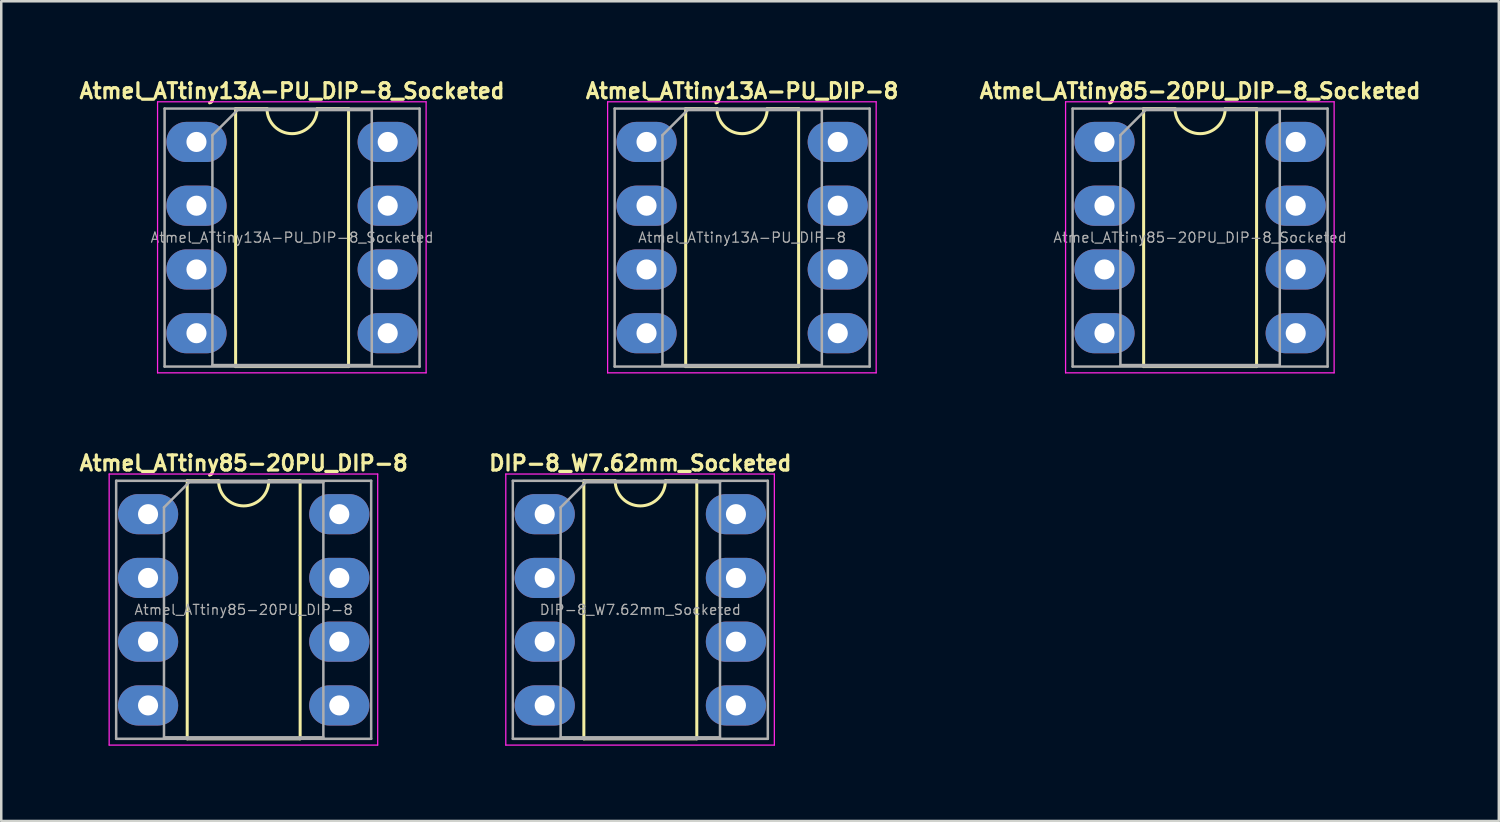
<source format=kicad_pcb>
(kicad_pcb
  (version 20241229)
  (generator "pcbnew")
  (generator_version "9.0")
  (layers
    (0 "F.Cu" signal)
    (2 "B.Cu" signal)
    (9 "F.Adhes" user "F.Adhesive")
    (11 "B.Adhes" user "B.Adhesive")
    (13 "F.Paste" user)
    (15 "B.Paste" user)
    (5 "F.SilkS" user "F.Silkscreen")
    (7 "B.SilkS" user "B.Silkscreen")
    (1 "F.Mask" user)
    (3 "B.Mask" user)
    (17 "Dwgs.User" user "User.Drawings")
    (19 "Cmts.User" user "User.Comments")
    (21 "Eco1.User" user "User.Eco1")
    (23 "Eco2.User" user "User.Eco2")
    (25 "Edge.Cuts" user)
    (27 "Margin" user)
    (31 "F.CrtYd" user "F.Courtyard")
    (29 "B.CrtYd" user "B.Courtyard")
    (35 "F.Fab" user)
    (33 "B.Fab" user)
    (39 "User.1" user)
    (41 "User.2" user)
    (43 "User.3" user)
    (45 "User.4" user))
  (footprint "Atmel_ATtiny85-20PU_DIP-8_Socketed"
    (layer "F.Cu")
    (at 44.767 6.416)
    (property "Reference" "Atmel_ATtiny85-20PU_DIP-8_Socketed" (at 0 -5.842 0) (layer "F.SilkS") (effects (font (size 0.6 0.6) (thickness 0.127))))
    (attr through_hole)
    (fp_line (start -2.25 -5.14) (end -2.25 5.14) (stroke (width 0.12) (type solid)) (layer "F.SilkS"))
    (fp_line (start -2.25 5.14) (end 2.25 5.14) (stroke (width 0.12) (type solid)) (layer "F.SilkS"))
    (fp_line (start -1 -5.14) (end -2.25 -5.14) (stroke (width 0.12) (type solid)) (layer "F.SilkS"))
    (fp_line (start 2.25 -5.14) (end 1 -5.14) (stroke (width 0.12) (type solid)) (layer "F.SilkS"))
    (fp_line (start 2.25 5.14) (end 2.25 -5.14) (stroke (width 0.12) (type solid)) (layer "F.SilkS"))
    (fp_arc (start 1 -5.14) (mid 0 -4.14) (end -1 -5.14) (stroke (width 0.12) (type solid)) (layer "F.SilkS"))
    (fp_line (start -5.36 -5.41) (end -5.36 5.39) (stroke (width 0.05) (type solid)) (layer "F.CrtYd"))
    (fp_line (start -5.36 5.39) (end 5.34 5.39) (stroke (width 0.05) (type solid)) (layer "F.CrtYd"))
    (fp_line (start 5.34 -5.41) (end -5.36 -5.41) (stroke (width 0.05) (type solid)) (layer "F.CrtYd"))
    (fp_line (start 5.34 5.39) (end 5.34 -5.41) (stroke (width 0.05) (type solid)) (layer "F.CrtYd"))
    (fp_line (start -5.08 -5.14) (end -5.08 5.14) (stroke (width 0.1) (type solid)) (layer "F.Fab"))
    (fp_line (start -5.08 5.14) (end 5.08 5.14) (stroke (width 0.1) (type solid)) (layer "F.Fab"))
    (fp_line (start -3.175 -4.08) (end -2.175 -5.08) (stroke (width 0.1) (type solid)) (layer "F.Fab"))
    (fp_line (start -3.175 5.08) (end -3.175 -4.08) (stroke (width 0.1) (type solid)) (layer "F.Fab"))
    (fp_line (start -2.175 -5.08) (end 3.175 -5.08) (stroke (width 0.1) (type solid)) (layer "F.Fab"))
    (fp_line (start 3.175 -5.08) (end 3.175 5.08) (stroke (width 0.1) (type solid)) (layer "F.Fab"))
    (fp_line (start 3.175 5.08) (end -3.175 5.08) (stroke (width 0.1) (type solid)) (layer "F.Fab"))
    (fp_line (start 5.08 -5.14) (end -5.08 -5.14) (stroke (width 0.1) (type solid)) (layer "F.Fab"))
    (fp_line (start 5.08 5.14) (end 5.08 -5.14) (stroke (width 0.1) (type solid)) (layer "F.Fab"))
    (fp_text user "${REFERENCE}" (at 0 0 0) (layer "F.Fab") (effects (font (size 0.4 0.4) (thickness 0.05))))
    (pad "1" thru_hole oval (at -3.81 -3.81) (size 2.4 1.6) (drill 0.8) (layers "*.Cu" "*.Mask"))
    (pad "2" thru_hole oval (at -3.81 -1.27) (size 2.4 1.6) (drill 0.8) (layers "*.Cu" "*.Mask"))
    (pad "3" thru_hole oval (at -3.81 1.27) (size 2.4 1.6) (drill 0.8) (layers "*.Cu" "*.Mask"))
    (pad "4" thru_hole oval (at -3.81 3.81) (size 2.4 1.6) (drill 0.8) (layers "*.Cu" "*.Mask"))
    (pad "5" thru_hole oval (at 3.81 3.81) (size 2.4 1.6) (drill 0.8) (layers "*.Cu" "*.Mask"))
    (pad "6" thru_hole oval (at 3.81 1.27) (size 2.4 1.6) (drill 0.8) (layers "*.Cu" "*.Mask"))
    (pad "7" thru_hole oval (at 3.81 -1.27) (size 2.4 1.6) (drill 0.8) (layers "*.Cu" "*.Mask"))
    (pad "8" thru_hole oval (at 3.81 -3.81) (size 2.4 1.6) (drill 0.8) (layers "*.Cu" "*.Mask")))
  (footprint "Atmel_ATtiny13A-PU_DIP-8"
    (layer "F.Cu")
    (at 26.52 6.416)
    (property "Reference" "Atmel_ATtiny13A-PU_DIP-8" (at 0 -5.842 0) (layer "F.SilkS") (effects (font (size 0.6 0.6) (thickness 0.127))))
    (attr through_hole)
    (fp_line (start -2.25 -5.14) (end -2.25 5.14) (stroke (width 0.12) (type solid)) (layer "F.SilkS"))
    (fp_line (start -2.25 5.14) (end 2.25 5.14) (stroke (width 0.12) (type solid)) (layer "F.SilkS"))
    (fp_line (start -1 -5.14) (end -2.25 -5.14) (stroke (width 0.12) (type solid)) (layer "F.SilkS"))
    (fp_line (start 2.25 -5.14) (end 1 -5.14) (stroke (width 0.12) (type solid)) (layer "F.SilkS"))
    (fp_line (start 2.25 5.14) (end 2.25 -5.14) (stroke (width 0.12) (type solid)) (layer "F.SilkS"))
    (fp_arc (start 1 -5.14) (mid 0 -4.14) (end -1 -5.14) (stroke (width 0.12) (type solid)) (layer "F.SilkS"))
    (fp_line (start -5.36 -5.41) (end -5.36 5.39) (stroke (width 0.05) (type solid)) (layer "F.CrtYd"))
    (fp_line (start -5.36 5.39) (end 5.34 5.39) (stroke (width 0.05) (type solid)) (layer "F.CrtYd"))
    (fp_line (start 5.34 -5.41) (end -5.36 -5.41) (stroke (width 0.05) (type solid)) (layer "F.CrtYd"))
    (fp_line (start 5.34 5.39) (end 5.34 -5.41) (stroke (width 0.05) (type solid)) (layer "F.CrtYd"))
    (fp_line (start -5.08 -5.14) (end -5.08 5.14) (stroke (width 0.1) (type solid)) (layer "F.Fab"))
    (fp_line (start -5.08 5.14) (end 5.08 5.14) (stroke (width 0.1) (type solid)) (layer "F.Fab"))
    (fp_line (start -3.175 -4.08) (end -2.175 -5.08) (stroke (width 0.1) (type solid)) (layer "F.Fab"))
    (fp_line (start -3.175 5.08) (end -3.175 -4.08) (stroke (width 0.1) (type solid)) (layer "F.Fab"))
    (fp_line (start -2.175 -5.08) (end 3.175 -5.08) (stroke (width 0.1) (type solid)) (layer "F.Fab"))
    (fp_line (start 3.175 -5.08) (end 3.175 5.08) (stroke (width 0.1) (type solid)) (layer "F.Fab"))
    (fp_line (start 3.175 5.08) (end -3.175 5.08) (stroke (width 0.1) (type solid)) (layer "F.Fab"))
    (fp_line (start 5.08 -5.14) (end -5.08 -5.14) (stroke (width 0.1) (type solid)) (layer "F.Fab"))
    (fp_line (start 5.08 5.14) (end 5.08 -5.14) (stroke (width 0.1) (type solid)) (layer "F.Fab"))
    (fp_text user "${REFERENCE}" (at 0 0 0) (layer "F.Fab") (effects (font (size 0.4 0.4) (thickness 0.05))))
    (pad "1" thru_hole oval (at -3.81 -3.81) (size 2.4 1.6) (drill 0.8) (layers "*.Cu" "*.Mask"))
    (pad "2" thru_hole oval (at -3.81 -1.27) (size 2.4 1.6) (drill 0.8) (layers "*.Cu" "*.Mask"))
    (pad "3" thru_hole oval (at -3.81 1.27) (size 2.4 1.6) (drill 0.8) (layers "*.Cu" "*.Mask"))
    (pad "4" thru_hole oval (at -3.81 3.81) (size 2.4 1.6) (drill 0.8) (layers "*.Cu" "*.Mask"))
    (pad "5" thru_hole oval (at 3.81 3.81) (size 2.4 1.6) (drill 0.8) (layers "*.Cu" "*.Mask"))
    (pad "6" thru_hole oval (at 3.81 1.27) (size 2.4 1.6) (drill 0.8) (layers "*.Cu" "*.Mask"))
    (pad "7" thru_hole oval (at 3.81 -1.27) (size 2.4 1.6) (drill 0.8) (layers "*.Cu" "*.Mask"))
    (pad "8" thru_hole oval (at 3.81 -3.81) (size 2.4 1.6) (drill 0.8) (layers "*.Cu" "*.Mask")))
  (footprint "DIP-8_W7.62mm_Socketed"
    (layer "F.Cu")
    (at 18.653 17.437)
    (property "Reference" "DIP-8_W7.62mm_Socketed" (at 3.81 -2.032 0) (layer "F.SilkS") (effects (font (size 0.6 0.6) (thickness 0.127))))
    (attr through_hole)
    (fp_line (start 1.56 -1.33) (end 1.56 8.95) (stroke (width 0.12) (type solid)) (layer "F.SilkS"))
    (fp_line (start 1.56 8.95) (end 6.06 8.95) (stroke (width 0.12) (type solid)) (layer "F.SilkS"))
    (fp_line (start 2.81 -1.33) (end 1.56 -1.33) (stroke (width 0.12) (type solid)) (layer "F.SilkS"))
    (fp_line (start 6.06 -1.33) (end 4.81 -1.33) (stroke (width 0.12) (type solid)) (layer "F.SilkS"))
    (fp_line (start 6.06 8.95) (end 6.06 -1.33) (stroke (width 0.12) (type solid)) (layer "F.SilkS"))
    (fp_arc (start 4.81 -1.33) (mid 3.81 -0.33) (end 2.81 -1.33) (stroke (width 0.12) (type solid)) (layer "F.SilkS"))
    (fp_line (start -1.55 -1.6) (end -1.55 9.2) (stroke (width 0.05) (type solid)) (layer "F.CrtYd"))
    (fp_line (start -1.55 9.2) (end 9.15 9.2) (stroke (width 0.05) (type solid)) (layer "F.CrtYd"))
    (fp_line (start 9.15 -1.6) (end -1.55 -1.6) (stroke (width 0.05) (type solid)) (layer "F.CrtYd"))
    (fp_line (start 9.15 9.2) (end 9.15 -1.6) (stroke (width 0.05) (type solid)) (layer "F.CrtYd"))
    (fp_line (start -1.27 -1.33) (end -1.27 8.95) (stroke (width 0.1) (type solid)) (layer "F.Fab"))
    (fp_line (start -1.27 8.95) (end 8.89 8.95) (stroke (width 0.1) (type solid)) (layer "F.Fab"))
    (fp_line (start 0.635 -0.27) (end 1.635 -1.27) (stroke (width 0.1) (type solid)) (layer "F.Fab"))
    (fp_line (start 0.635 8.89) (end 0.635 -0.27) (stroke (width 0.1) (type solid)) (layer "F.Fab"))
    (fp_line (start 1.635 -1.27) (end 6.985 -1.27) (stroke (width 0.1) (type solid)) (layer "F.Fab"))
    (fp_line (start 6.985 -1.27) (end 6.985 8.89) (stroke (width 0.1) (type solid)) (layer "F.Fab"))
    (fp_line (start 6.985 8.89) (end 0.635 8.89) (stroke (width 0.1) (type solid)) (layer "F.Fab"))
    (fp_line (start 8.89 -1.33) (end -1.27 -1.33) (stroke (width 0.1) (type solid)) (layer "F.Fab"))
    (fp_line (start 8.89 8.95) (end 8.89 -1.33) (stroke (width 0.1) (type solid)) (layer "F.Fab"))
    (fp_text user "${REFERENCE}" (at 3.81 3.81 0) (layer "F.Fab") (effects (font (size 0.4 0.4) (thickness 0.05))))
    (pad "1" thru_hole oval (at 0 0) (size 2.4 1.6) (drill 0.8) (layers "*.Cu" "*.Mask"))
    (pad "2" thru_hole oval (at 0 2.54) (size 2.4 1.6) (drill 0.8) (layers "*.Cu" "*.Mask"))
    (pad "3" thru_hole oval (at 0 5.08) (size 2.4 1.6) (drill 0.8) (layers "*.Cu" "*.Mask"))
    (pad "4" thru_hole oval (at 0 7.62) (size 2.4 1.6) (drill 0.8) (layers "*.Cu" "*.Mask"))
    (pad "5" thru_hole oval (at 7.62 7.62) (size 2.4 1.6) (drill 0.8) (layers "*.Cu" "*.Mask"))
    (pad "6" thru_hole oval (at 7.62 5.08) (size 2.4 1.6) (drill 0.8) (layers "*.Cu" "*.Mask"))
    (pad "7" thru_hole oval (at 7.62 2.54) (size 2.4 1.6) (drill 0.8) (layers "*.Cu" "*.Mask"))
    (pad "8" thru_hole oval (at 7.62 0) (size 2.4 1.6) (drill 0.8) (layers "*.Cu" "*.Mask")))
  (footprint "Atmel_ATtiny13A-PU_DIP-8_Socketed"
    (layer "F.Cu")
    (at 8.588 6.416)
    (property "Reference" "Atmel_ATtiny13A-PU_DIP-8_Socketed" (at 0 -5.842 0) (layer "F.SilkS") (effects (font (size 0.6 0.6) (thickness 0.127))))
    (attr through_hole)
    (fp_line (start -2.25 -5.14) (end -2.25 5.14) (stroke (width 0.12) (type solid)) (layer "F.SilkS"))
    (fp_line (start -2.25 5.14) (end 2.25 5.14) (stroke (width 0.12) (type solid)) (layer "F.SilkS"))
    (fp_line (start -1 -5.14) (end -2.25 -5.14) (stroke (width 0.12) (type solid)) (layer "F.SilkS"))
    (fp_line (start 2.25 -5.14) (end 1 -5.14) (stroke (width 0.12) (type solid)) (layer "F.SilkS"))
    (fp_line (start 2.25 5.14) (end 2.25 -5.14) (stroke (width 0.12) (type solid)) (layer "F.SilkS"))
    (fp_arc (start 1 -5.14) (mid 0 -4.14) (end -1 -5.14) (stroke (width 0.12) (type solid)) (layer "F.SilkS"))
    (fp_line (start -5.36 -5.41) (end -5.36 5.39) (stroke (width 0.05) (type solid)) (layer "F.CrtYd"))
    (fp_line (start -5.36 5.39) (end 5.34 5.39) (stroke (width 0.05) (type solid)) (layer "F.CrtYd"))
    (fp_line (start 5.34 -5.41) (end -5.36 -5.41) (stroke (width 0.05) (type solid)) (layer "F.CrtYd"))
    (fp_line (start 5.34 5.39) (end 5.34 -5.41) (stroke (width 0.05) (type solid)) (layer "F.CrtYd"))
    (fp_line (start -5.08 -5.14) (end -5.08 5.14) (stroke (width 0.1) (type solid)) (layer "F.Fab"))
    (fp_line (start -5.08 5.14) (end 5.08 5.14) (stroke (width 0.1) (type solid)) (layer "F.Fab"))
    (fp_line (start -3.175 -4.08) (end -2.175 -5.08) (stroke (width 0.1) (type solid)) (layer "F.Fab"))
    (fp_line (start -3.175 5.08) (end -3.175 -4.08) (stroke (width 0.1) (type solid)) (layer "F.Fab"))
    (fp_line (start -2.175 -5.08) (end 3.175 -5.08) (stroke (width 0.1) (type solid)) (layer "F.Fab"))
    (fp_line (start 3.175 -5.08) (end 3.175 5.08) (stroke (width 0.1) (type solid)) (layer "F.Fab"))
    (fp_line (start 3.175 5.08) (end -3.175 5.08) (stroke (width 0.1) (type solid)) (layer "F.Fab"))
    (fp_line (start 5.08 -5.14) (end -5.08 -5.14) (stroke (width 0.1) (type solid)) (layer "F.Fab"))
    (fp_line (start 5.08 5.14) (end 5.08 -5.14) (stroke (width 0.1) (type solid)) (layer "F.Fab"))
    (fp_text user "${REFERENCE}" (at 0 0 0) (layer "F.Fab") (effects (font (size 0.4 0.4) (thickness 0.05))))
    (pad "1" thru_hole oval (at -3.81 -3.81) (size 2.4 1.6) (drill 0.8) (layers "*.Cu" "*.Mask"))
    (pad "2" thru_hole oval (at -3.81 -1.27) (size 2.4 1.6) (drill 0.8) (layers "*.Cu" "*.Mask"))
    (pad "3" thru_hole oval (at -3.81 1.27) (size 2.4 1.6) (drill 0.8) (layers "*.Cu" "*.Mask"))
    (pad "4" thru_hole oval (at -3.81 3.81) (size 2.4 1.6) (drill 0.8) (layers "*.Cu" "*.Mask"))
    (pad "5" thru_hole oval (at 3.81 3.81) (size 2.4 1.6) (drill 0.8) (layers "*.Cu" "*.Mask"))
    (pad "6" thru_hole oval (at 3.81 1.27) (size 2.4 1.6) (drill 0.8) (layers "*.Cu" "*.Mask"))
    (pad "7" thru_hole oval (at 3.81 -1.27) (size 2.4 1.6) (drill 0.8) (layers "*.Cu" "*.Mask"))
    (pad "8" thru_hole oval (at 3.81 -3.81) (size 2.4 1.6) (drill 0.8) (layers "*.Cu" "*.Mask")))
  (footprint "Atmel_ATtiny85-20PU_DIP-8"
    (layer "F.Cu")
    (at 6.659 21.247)
    (property "Reference" "Atmel_ATtiny85-20PU_DIP-8" (at 0 -5.842 0) (layer "F.SilkS") (effects (font (size 0.6 0.6) (thickness 0.127))))
    (attr through_hole)
    (fp_line (start -2.25 -5.14) (end -2.25 5.14) (stroke (width 0.12) (type solid)) (layer "F.SilkS"))
    (fp_line (start -2.25 5.14) (end 2.25 5.14) (stroke (width 0.12) (type solid)) (layer "F.SilkS"))
    (fp_line (start -1 -5.14) (end -2.25 -5.14) (stroke (width 0.12) (type solid)) (layer "F.SilkS"))
    (fp_line (start 2.25 -5.14) (end 1 -5.14) (stroke (width 0.12) (type solid)) (layer "F.SilkS"))
    (fp_line (start 2.25 5.14) (end 2.25 -5.14) (stroke (width 0.12) (type solid)) (layer "F.SilkS"))
    (fp_arc (start 1 -5.14) (mid 0 -4.14) (end -1 -5.14) (stroke (width 0.12) (type solid)) (layer "F.SilkS"))
    (fp_line (start -5.36 -5.41) (end -5.36 5.39) (stroke (width 0.05) (type solid)) (layer "F.CrtYd"))
    (fp_line (start -5.36 5.39) (end 5.34 5.39) (stroke (width 0.05) (type solid)) (layer "F.CrtYd"))
    (fp_line (start 5.34 -5.41) (end -5.36 -5.41) (stroke (width 0.05) (type solid)) (layer "F.CrtYd"))
    (fp_line (start 5.34 5.39) (end 5.34 -5.41) (stroke (width 0.05) (type solid)) (layer "F.CrtYd"))
    (fp_line (start -5.08 -5.14) (end -5.08 5.14) (stroke (width 0.1) (type solid)) (layer "F.Fab"))
    (fp_line (start -5.08 5.14) (end 5.08 5.14) (stroke (width 0.1) (type solid)) (layer "F.Fab"))
    (fp_line (start -3.175 -4.08) (end -2.175 -5.08) (stroke (width 0.1) (type solid)) (layer "F.Fab"))
    (fp_line (start -3.175 5.08) (end -3.175 -4.08) (stroke (width 0.1) (type solid)) (layer "F.Fab"))
    (fp_line (start -2.175 -5.08) (end 3.175 -5.08) (stroke (width 0.1) (type solid)) (layer "F.Fab"))
    (fp_line (start 3.175 -5.08) (end 3.175 5.08) (stroke (width 0.1) (type solid)) (layer "F.Fab"))
    (fp_line (start 3.175 5.08) (end -3.175 5.08) (stroke (width 0.1) (type solid)) (layer "F.Fab"))
    (fp_line (start 5.08 -5.14) (end -5.08 -5.14) (stroke (width 0.1) (type solid)) (layer "F.Fab"))
    (fp_line (start 5.08 5.14) (end 5.08 -5.14) (stroke (width 0.1) (type solid)) (layer "F.Fab"))
    (fp_text user "${REFERENCE}" (at 0 0 0) (layer "F.Fab") (effects (font (size 0.4 0.4) (thickness 0.05))))
    (pad "1" thru_hole oval (at -3.81 -3.81) (size 2.4 1.6) (drill 0.8) (layers "*.Cu" "*.Mask"))
    (pad "2" thru_hole oval (at -3.81 -1.27) (size 2.4 1.6) (drill 0.8) (layers "*.Cu" "*.Mask"))
    (pad "3" thru_hole oval (at -3.81 1.27) (size 2.4 1.6) (drill 0.8) (layers "*.Cu" "*.Mask"))
    (pad "4" thru_hole oval (at -3.81 3.81) (size 2.4 1.6) (drill 0.8) (layers "*.Cu" "*.Mask"))
    (pad "5" thru_hole oval (at 3.81 3.81) (size 2.4 1.6) (drill 0.8) (layers "*.Cu" "*.Mask"))
    (pad "6" thru_hole oval (at 3.81 1.27) (size 2.4 1.6) (drill 0.8) (layers "*.Cu" "*.Mask"))
    (pad "7" thru_hole oval (at 3.81 -1.27) (size 2.4 1.6) (drill 0.8) (layers "*.Cu" "*.Mask"))
    (pad "8" thru_hole oval (at 3.81 -3.81) (size 2.4 1.6) (drill 0.8) (layers "*.Cu" "*.Mask")))
  (gr_rect
    (start -3 -3)
    (end 56.669 29.662)
    (stroke (width 0.1) (type default))
    (fill no)
    (layer "Edge.Cuts")))
</source>
